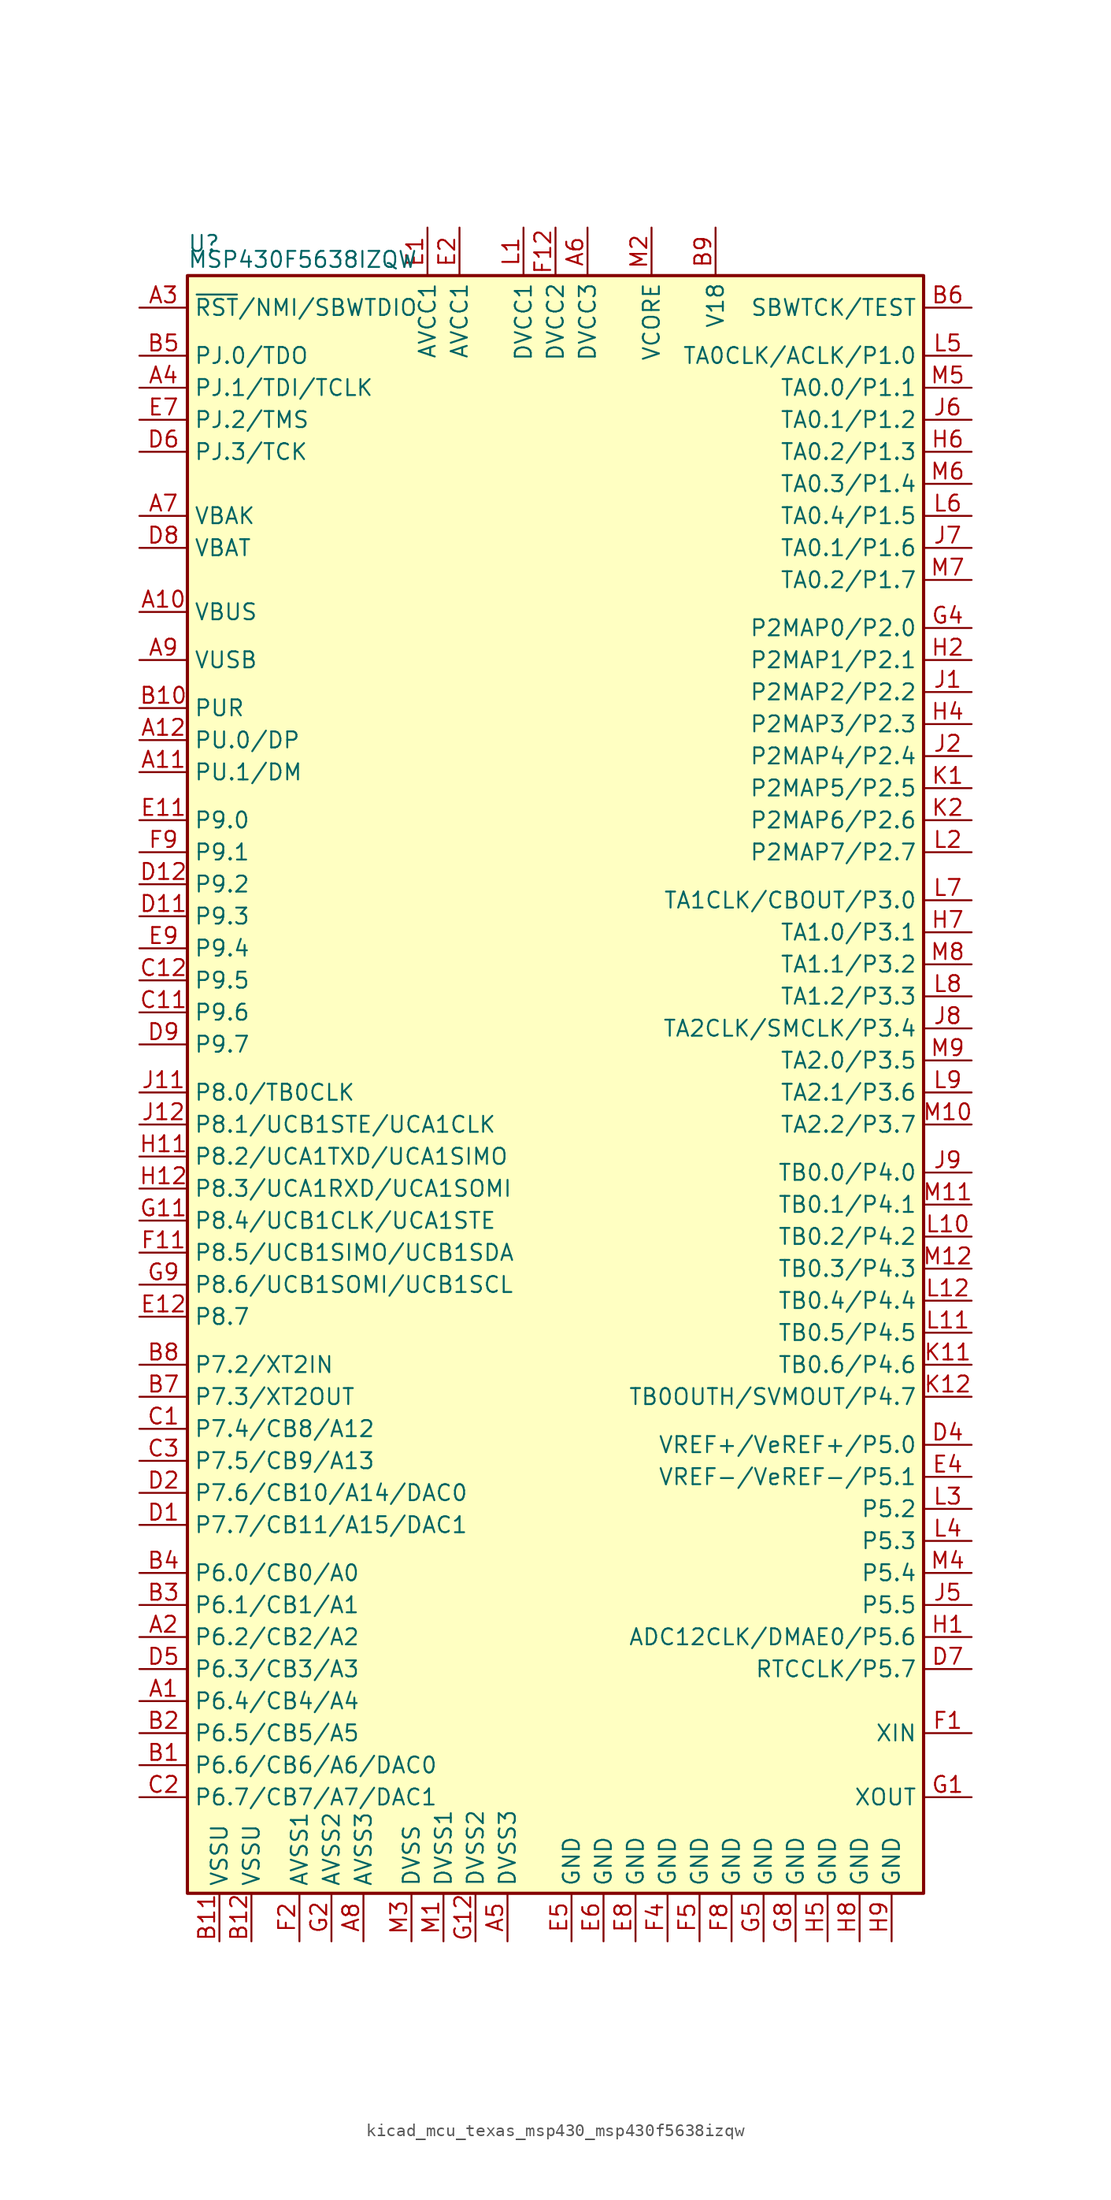
<source format=kicad_sym>
(kicad_symbol_lib
  (version 20220914)
  (generator kicad_symbol_editor)
  (symbol "kicad_mcu_texas_msp430_msp430f5638izqw"
    (property "Reference" "U"
      (at -29.21 66.04 0)
      (effects (font (size 1.27 1.27)) (justify left)))
    (property "Value" "MSP430F5638IZQW"
      (at -29.21 64.77 0)
      (effects (font (size 1.27 1.27)) (justify left)))
    (symbol "kicad_mcu_texas_msp430_msp430f5638izqw_0_1"
      (rectangle (start -29.21 63.5) (end 29.21 -64.77) (stroke (width 0.254) (type default)) (fill (type background))))
    (symbol "kicad_mcu_texas_msp430_msp430f5638izqw_1_1"
      (pin bidirectional line (at -33.02 -49.53 0) (length 3.81) (name "P6.4/CB4/A4" (effects (font (size 1.27 1.27)))) (number "A1" (effects (font (size 1.27 1.27)))))
      (pin bidirectional line (at -33.02 36.83 0) (length 3.81) (name "VBUS" (effects (font (size 1.27 1.27)))) (number "A10" (effects (font (size 1.27 1.27)))))
      (pin bidirectional line (at -33.02 24.13 0) (length 3.81) (name "PU.1/DM" (effects (font (size 1.27 1.27)))) (number "A11" (effects (font (size 1.27 1.27)))))
      (pin bidirectional line (at -33.02 26.67 0) (length 3.81) (name "PU.0/DP" (effects (font (size 1.27 1.27)))) (number "A12" (effects (font (size 1.27 1.27)))))
      (pin bidirectional line (at -33.02 -44.45 0) (length 3.81) (name "P6.2/CB2/A2" (effects (font (size 1.27 1.27)))) (number "A2" (effects (font (size 1.27 1.27)))))
      (pin input line (at -33.02 60.96 0) (length 3.81) (name "~{RST}/NMI/SBWTDIO" (effects (font (size 1.27 1.27)))) (number "A3" (effects (font (size 1.27 1.27)))))
      (pin bidirectional line (at -33.02 54.61 0) (length 3.81) (name "PJ.1/TDI/TCLK" (effects (font (size 1.27 1.27)))) (number "A4" (effects (font (size 1.27 1.27)))))
      (pin power_in line (at -3.81 -68.58 90) (length 3.81) (name "DVSS3" (effects (font (size 1.27 1.27)))) (number "A5" (effects (font (size 1.27 1.27)))))
      (pin power_in line (at 2.54 67.31 270) (length 3.81) (name "DVCC3" (effects (font (size 1.27 1.27)))) (number "A6" (effects (font (size 1.27 1.27)))))
      (pin bidirectional line (at -33.02 44.45 0) (length 3.81) (name "VBAK" (effects (font (size 1.27 1.27)))) (number "A7" (effects (font (size 1.27 1.27)))))
      (pin power_in line (at -15.24 -68.58 90) (length 3.81) (name "AVSS3" (effects (font (size 1.27 1.27)))) (number "A8" (effects (font (size 1.27 1.27)))))
      (pin bidirectional line (at -33.02 33.02 0) (length 3.81) (name "VUSB" (effects (font (size 1.27 1.27)))) (number "A9" (effects (font (size 1.27 1.27)))))
      (pin bidirectional line (at -33.02 -54.61 0) (length 3.81) (name "P6.6/CB6/A6/DAC0" (effects (font (size 1.27 1.27)))) (number "B1" (effects (font (size 1.27 1.27)))))
      (pin bidirectional line (at -33.02 29.21 0) (length 3.81) (name "PUR" (effects (font (size 1.27 1.27)))) (number "B10" (effects (font (size 1.27 1.27)))))
      (pin power_in line (at -26.67 -68.58 90) (length 3.81) (name "VSSU" (effects (font (size 1.27 1.27)))) (number "B11" (effects (font (size 1.27 1.27)))))
      (pin power_in line (at -24.13 -68.58 90) (length 3.81) (name "VSSU" (effects (font (size 1.27 1.27)))) (number "B12" (effects (font (size 1.27 1.27)))))
      (pin bidirectional line (at -33.02 -52.07 0) (length 3.81) (name "P6.5/CB5/A5" (effects (font (size 1.27 1.27)))) (number "B2" (effects (font (size 1.27 1.27)))))
      (pin bidirectional line (at -33.02 -41.91 0) (length 3.81) (name "P6.1/CB1/A1" (effects (font (size 1.27 1.27)))) (number "B3" (effects (font (size 1.27 1.27)))))
      (pin bidirectional line (at -33.02 -39.37 0) (length 3.81) (name "P6.0/CB0/A0" (effects (font (size 1.27 1.27)))) (number "B4" (effects (font (size 1.27 1.27)))))
      (pin bidirectional line (at -33.02 57.15 0) (length 3.81) (name "PJ.0/TDO" (effects (font (size 1.27 1.27)))) (number "B5" (effects (font (size 1.27 1.27)))))
      (pin input line (at 33.02 60.96 180) (length 3.81) (name "SBWTCK/TEST" (effects (font (size 1.27 1.27)))) (number "B6" (effects (font (size 1.27 1.27)))))
      (pin bidirectional line (at -33.02 -25.4 0) (length 3.81) (name "P7.3/XT2OUT" (effects (font (size 1.27 1.27)))) (number "B7" (effects (font (size 1.27 1.27)))))
      (pin bidirectional line (at -33.02 -22.86 0) (length 3.81) (name "P7.2/XT2IN" (effects (font (size 1.27 1.27)))) (number "B8" (effects (font (size 1.27 1.27)))))
      (pin passive line (at 12.7 67.31 270) (length 3.81) (name "V18" (effects (font (size 1.27 1.27)))) (number "B9" (effects (font (size 1.27 1.27)))))
      (pin bidirectional line (at -33.02 -27.94 0) (length 3.81) (name "P7.4/CB8/A12" (effects (font (size 1.27 1.27)))) (number "C1" (effects (font (size 1.27 1.27)))))
      (pin bidirectional line (at -33.02 5.08 0) (length 3.81) (name "P9.6" (effects (font (size 1.27 1.27)))) (number "C11" (effects (font (size 1.27 1.27)))))
      (pin bidirectional line (at -33.02 7.62 0) (length 3.81) (name "P9.5" (effects (font (size 1.27 1.27)))) (number "C12" (effects (font (size 1.27 1.27)))))
      (pin bidirectional line (at -33.02 -57.15 0) (length 3.81) (name "P6.7/CB7/A7/DAC1" (effects (font (size 1.27 1.27)))) (number "C2" (effects (font (size 1.27 1.27)))))
      (pin bidirectional line (at -33.02 -30.48 0) (length 3.81) (name "P7.5/CB9/A13" (effects (font (size 1.27 1.27)))) (number "C3" (effects (font (size 1.27 1.27)))))
      (pin bidirectional line (at -33.02 -35.56 0) (length 3.81) (name "P7.7/CB11/A15/DAC1" (effects (font (size 1.27 1.27)))) (number "D1" (effects (font (size 1.27 1.27)))))
      (pin bidirectional line (at -33.02 12.7 0) (length 3.81) (name "P9.3" (effects (font (size 1.27 1.27)))) (number "D11" (effects (font (size 1.27 1.27)))))
      (pin bidirectional line (at -33.02 15.24 0) (length 3.81) (name "P9.2" (effects (font (size 1.27 1.27)))) (number "D12" (effects (font (size 1.27 1.27)))))
      (pin bidirectional line (at -33.02 -33.02 0) (length 3.81) (name "P7.6/CB10/A14/DAC0" (effects (font (size 1.27 1.27)))) (number "D2" (effects (font (size 1.27 1.27)))))
      (pin bidirectional line (at 33.02 -29.21 180) (length 3.81) (name "VREF+/VeREF+/P5.0" (effects (font (size 1.27 1.27)))) (number "D4" (effects (font (size 1.27 1.27)))))
      (pin bidirectional line (at -33.02 -46.99 0) (length 3.81) (name "P6.3/CB3/A3" (effects (font (size 1.27 1.27)))) (number "D5" (effects (font (size 1.27 1.27)))))
      (pin bidirectional line (at -33.02 49.53 0) (length 3.81) (name "PJ.3/TCK" (effects (font (size 1.27 1.27)))) (number "D6" (effects (font (size 1.27 1.27)))))
      (pin bidirectional line (at 33.02 -46.99 180) (length 3.81) (name "RTCCLK/P5.7" (effects (font (size 1.27 1.27)))) (number "D7" (effects (font (size 1.27 1.27)))))
      (pin bidirectional line (at -33.02 41.91 0) (length 3.81) (name "VBAT" (effects (font (size 1.27 1.27)))) (number "D8" (effects (font (size 1.27 1.27)))))
      (pin bidirectional line (at -33.02 2.54 0) (length 3.81) (name "P9.7" (effects (font (size 1.27 1.27)))) (number "D9" (effects (font (size 1.27 1.27)))))
      (pin power_in line (at -10.16 67.31 270) (length 3.81) (name "AVCC1" (effects (font (size 1.27 1.27)))) (number "E1" (effects (font (size 1.27 1.27)))))
      (pin bidirectional line (at -33.02 20.32 0) (length 3.81) (name "P9.0" (effects (font (size 1.27 1.27)))) (number "E11" (effects (font (size 1.27 1.27)))))
      (pin bidirectional line (at -33.02 -19.05 0) (length 3.81) (name "P8.7" (effects (font (size 1.27 1.27)))) (number "E12" (effects (font (size 1.27 1.27)))))
      (pin power_in line (at -7.62 67.31 270) (length 3.81) (name "AVCC1" (effects (font (size 1.27 1.27)))) (number "E2" (effects (font (size 1.27 1.27)))))
      (pin bidirectional line (at 33.02 -31.75 180) (length 3.81) (name "VREF-/VeREF-/P5.1" (effects (font (size 1.27 1.27)))) (number "E4" (effects (font (size 1.27 1.27)))))
      (pin power_in line (at 1.27 -68.58 90) (length 3.81) (name "GND" (effects (font (size 1.27 1.27)))) (number "E5" (effects (font (size 1.27 1.27)))))
      (pin power_in line (at 3.81 -68.58 90) (length 3.81) (name "GND" (effects (font (size 1.27 1.27)))) (number "E6" (effects (font (size 1.27 1.27)))))
      (pin bidirectional line (at -33.02 52.07 0) (length 3.81) (name "PJ.2/TMS" (effects (font (size 1.27 1.27)))) (number "E7" (effects (font (size 1.27 1.27)))))
      (pin power_in line (at 6.35 -68.58 90) (length 3.81) (name "GND" (effects (font (size 1.27 1.27)))) (number "E8" (effects (font (size 1.27 1.27)))))
      (pin bidirectional line (at -33.02 10.16 0) (length 3.81) (name "P9.4" (effects (font (size 1.27 1.27)))) (number "E9" (effects (font (size 1.27 1.27)))))
      (pin bidirectional line (at 33.02 -52.07 180) (length 3.81) (name "XIN" (effects (font (size 1.27 1.27)))) (number "F1" (effects (font (size 1.27 1.27)))))
      (pin bidirectional line (at -33.02 -13.97 0) (length 3.81) (name "P8.5/UCB1SIMO/UCB1SDA" (effects (font (size 1.27 1.27)))) (number "F11" (effects (font (size 1.27 1.27)))))
      (pin power_in line (at 0 67.31 270) (length 3.81) (name "DVCC2" (effects (font (size 1.27 1.27)))) (number "F12" (effects (font (size 1.27 1.27)))))
      (pin power_in line (at -20.32 -68.58 90) (length 3.81) (name "AVSS1" (effects (font (size 1.27 1.27)))) (number "F2" (effects (font (size 1.27 1.27)))))
      (pin power_in line (at 8.89 -68.58 90) (length 3.81) (name "GND" (effects (font (size 1.27 1.27)))) (number "F4" (effects (font (size 1.27 1.27)))))
      (pin power_in line (at 11.43 -68.58 90) (length 3.81) (name "GND" (effects (font (size 1.27 1.27)))) (number "F5" (effects (font (size 1.27 1.27)))))
      (pin power_in line (at 13.97 -68.58 90) (length 3.81) (name "GND" (effects (font (size 1.27 1.27)))) (number "F8" (effects (font (size 1.27 1.27)))))
      (pin bidirectional line (at -33.02 17.78 0) (length 3.81) (name "P9.1" (effects (font (size 1.27 1.27)))) (number "F9" (effects (font (size 1.27 1.27)))))
      (pin bidirectional line (at 33.02 -57.15 180) (length 3.81) (name "XOUT" (effects (font (size 1.27 1.27)))) (number "G1" (effects (font (size 1.27 1.27)))))
      (pin bidirectional line (at -33.02 -11.43 0) (length 3.81) (name "P8.4/UCB1CLK/UCA1STE" (effects (font (size 1.27 1.27)))) (number "G11" (effects (font (size 1.27 1.27)))))
      (pin power_in line (at -6.35 -68.58 90) (length 3.81) (name "DVSS2" (effects (font (size 1.27 1.27)))) (number "G12" (effects (font (size 1.27 1.27)))))
      (pin power_in line (at -17.78 -68.58 90) (length 3.81) (name "AVSS2" (effects (font (size 1.27 1.27)))) (number "G2" (effects (font (size 1.27 1.27)))))
      (pin bidirectional line (at 33.02 35.56 180) (length 3.81) (name "P2MAP0/P2.0" (effects (font (size 1.27 1.27)))) (number "G4" (effects (font (size 1.27 1.27)))))
      (pin power_in line (at 16.51 -68.58 90) (length 3.81) (name "GND" (effects (font (size 1.27 1.27)))) (number "G5" (effects (font (size 1.27 1.27)))))
      (pin power_in line (at 19.05 -68.58 90) (length 3.81) (name "GND" (effects (font (size 1.27 1.27)))) (number "G8" (effects (font (size 1.27 1.27)))))
      (pin bidirectional line (at -33.02 -16.51 0) (length 3.81) (name "P8.6/UCB1SOMI/UCB1SCL" (effects (font (size 1.27 1.27)))) (number "G9" (effects (font (size 1.27 1.27)))))
      (pin bidirectional line (at 33.02 -44.45 180) (length 3.81) (name "ADC12CLK/DMAE0/P5.6" (effects (font (size 1.27 1.27)))) (number "H1" (effects (font (size 1.27 1.27)))))
      (pin bidirectional line (at -33.02 -6.35 0) (length 3.81) (name "P8.2/UCA1TXD/UCA1SIMO" (effects (font (size 1.27 1.27)))) (number "H11" (effects (font (size 1.27 1.27)))))
      (pin bidirectional line (at -33.02 -8.89 0) (length 3.81) (name "P8.3/UCA1RXD/UCA1SOMI" (effects (font (size 1.27 1.27)))) (number "H12" (effects (font (size 1.27 1.27)))))
      (pin bidirectional line (at 33.02 33.02 180) (length 3.81) (name "P2MAP1/P2.1" (effects (font (size 1.27 1.27)))) (number "H2" (effects (font (size 1.27 1.27)))))
      (pin bidirectional line (at 33.02 27.94 180) (length 3.81) (name "P2MAP3/P2.3" (effects (font (size 1.27 1.27)))) (number "H4" (effects (font (size 1.27 1.27)))))
      (pin power_in line (at 21.59 -68.58 90) (length 3.81) (name "GND" (effects (font (size 1.27 1.27)))) (number "H5" (effects (font (size 1.27 1.27)))))
      (pin bidirectional line (at 33.02 49.53 180) (length 3.81) (name "TA0.2/P1.3" (effects (font (size 1.27 1.27)))) (number "H6" (effects (font (size 1.27 1.27)))))
      (pin bidirectional line (at 33.02 11.43 180) (length 3.81) (name "TA1.0/P3.1" (effects (font (size 1.27 1.27)))) (number "H7" (effects (font (size 1.27 1.27)))))
      (pin power_in line (at 24.13 -68.58 90) (length 3.81) (name "GND" (effects (font (size 1.27 1.27)))) (number "H8" (effects (font (size 1.27 1.27)))))
      (pin power_in line (at 26.67 -68.58 90) (length 3.81) (name "GND" (effects (font (size 1.27 1.27)))) (number "H9" (effects (font (size 1.27 1.27)))))
      (pin bidirectional line (at 33.02 30.48 180) (length 3.81) (name "P2MAP2/P2.2" (effects (font (size 1.27 1.27)))) (number "J1" (effects (font (size 1.27 1.27)))))
      (pin bidirectional line (at -33.02 -1.27 0) (length 3.81) (name "P8.0/TB0CLK" (effects (font (size 1.27 1.27)))) (number "J11" (effects (font (size 1.27 1.27)))))
      (pin bidirectional line (at -33.02 -3.81 0) (length 3.81) (name "P8.1/UCB1STE/UCA1CLK" (effects (font (size 1.27 1.27)))) (number "J12" (effects (font (size 1.27 1.27)))))
      (pin bidirectional line (at 33.02 25.4 180) (length 3.81) (name "P2MAP4/P2.4" (effects (font (size 1.27 1.27)))) (number "J2" (effects (font (size 1.27 1.27)))))
      (pin bidirectional line (at 33.02 -41.91 180) (length 3.81) (name "P5.5" (effects (font (size 1.27 1.27)))) (number "J5" (effects (font (size 1.27 1.27)))))
      (pin bidirectional line (at 33.02 52.07 180) (length 3.81) (name "TA0.1/P1.2" (effects (font (size 1.27 1.27)))) (number "J6" (effects (font (size 1.27 1.27)))))
      (pin bidirectional line (at 33.02 41.91 180) (length 3.81) (name "TA0.1/P1.6" (effects (font (size 1.27 1.27)))) (number "J7" (effects (font (size 1.27 1.27)))))
      (pin bidirectional line (at 33.02 3.81 180) (length 3.81) (name "TA2CLK/SMCLK/P3.4" (effects (font (size 1.27 1.27)))) (number "J8" (effects (font (size 1.27 1.27)))))
      (pin bidirectional line (at 33.02 -7.62 180) (length 3.81) (name "TB0.0/P4.0" (effects (font (size 1.27 1.27)))) (number "J9" (effects (font (size 1.27 1.27)))))
      (pin bidirectional line (at 33.02 22.86 180) (length 3.81) (name "P2MAP5/P2.5" (effects (font (size 1.27 1.27)))) (number "K1" (effects (font (size 1.27 1.27)))))
      (pin bidirectional line (at 33.02 -22.86 180) (length 3.81) (name "TB0.6/P4.6" (effects (font (size 1.27 1.27)))) (number "K11" (effects (font (size 1.27 1.27)))))
      (pin bidirectional line (at 33.02 -25.4 180) (length 3.81) (name "TB0OUTH/SVMOUT/P4.7" (effects (font (size 1.27 1.27)))) (number "K12" (effects (font (size 1.27 1.27)))))
      (pin bidirectional line (at 33.02 20.32 180) (length 3.81) (name "P2MAP6/P2.6" (effects (font (size 1.27 1.27)))) (number "K2" (effects (font (size 1.27 1.27)))))
      (pin power_in line (at -2.54 67.31 270) (length 3.81) (name "DVCC1" (effects (font (size 1.27 1.27)))) (number "L1" (effects (font (size 1.27 1.27)))))
      (pin bidirectional line (at 33.02 -12.7 180) (length 3.81) (name "TB0.2/P4.2" (effects (font (size 1.27 1.27)))) (number "L10" (effects (font (size 1.27 1.27)))))
      (pin bidirectional line (at 33.02 -20.32 180) (length 3.81) (name "TB0.5/P4.5" (effects (font (size 1.27 1.27)))) (number "L11" (effects (font (size 1.27 1.27)))))
      (pin bidirectional line (at 33.02 -17.78 180) (length 3.81) (name "TB0.4/P4.4" (effects (font (size 1.27 1.27)))) (number "L12" (effects (font (size 1.27 1.27)))))
      (pin bidirectional line (at 33.02 17.78 180) (length 3.81) (name "P2MAP7/P2.7" (effects (font (size 1.27 1.27)))) (number "L2" (effects (font (size 1.27 1.27)))))
      (pin bidirectional line (at 33.02 -34.29 180) (length 3.81) (name "P5.2" (effects (font (size 1.27 1.27)))) (number "L3" (effects (font (size 1.27 1.27)))))
      (pin bidirectional line (at 33.02 -36.83 180) (length 3.81) (name "P5.3" (effects (font (size 1.27 1.27)))) (number "L4" (effects (font (size 1.27 1.27)))))
      (pin bidirectional line (at 33.02 57.15 180) (length 3.81) (name "TA0CLK/ACLK/P1.0" (effects (font (size 1.27 1.27)))) (number "L5" (effects (font (size 1.27 1.27)))))
      (pin bidirectional line (at 33.02 44.45 180) (length 3.81) (name "TA0.4/P1.5" (effects (font (size 1.27 1.27)))) (number "L6" (effects (font (size 1.27 1.27)))))
      (pin bidirectional line (at 33.02 13.97 180) (length 3.81) (name "TA1CLK/CBOUT/P3.0" (effects (font (size 1.27 1.27)))) (number "L7" (effects (font (size 1.27 1.27)))))
      (pin bidirectional line (at 33.02 6.35 180) (length 3.81) (name "TA1.2/P3.3" (effects (font (size 1.27 1.27)))) (number "L8" (effects (font (size 1.27 1.27)))))
      (pin bidirectional line (at 33.02 -1.27 180) (length 3.81) (name "TA2.1/P3.6" (effects (font (size 1.27 1.27)))) (number "L9" (effects (font (size 1.27 1.27)))))
      (pin power_in line (at -8.89 -68.58 90) (length 3.81) (name "DVSS1" (effects (font (size 1.27 1.27)))) (number "M1" (effects (font (size 1.27 1.27)))))
      (pin bidirectional line (at 33.02 -3.81 180) (length 3.81) (name "TA2.2/P3.7" (effects (font (size 1.27 1.27)))) (number "M10" (effects (font (size 1.27 1.27)))))
      (pin bidirectional line (at 33.02 -10.16 180) (length 3.81) (name "TB0.1/P4.1" (effects (font (size 1.27 1.27)))) (number "M11" (effects (font (size 1.27 1.27)))))
      (pin bidirectional line (at 33.02 -15.24 180) (length 3.81) (name "TB0.3/P4.3" (effects (font (size 1.27 1.27)))) (number "M12" (effects (font (size 1.27 1.27)))))
      (pin bidirectional line (at 7.62 67.31 270) (length 3.81) (name "VCORE" (effects (font (size 1.27 1.27)))) (number "M2" (effects (font (size 1.27 1.27)))))
      (pin power_in line (at -11.43 -68.58 90) (length 3.81) (name "DVSS" (effects (font (size 1.27 1.27)))) (number "M3" (effects (font (size 1.27 1.27)))))
      (pin bidirectional line (at 33.02 -39.37 180) (length 3.81) (name "P5.4" (effects (font (size 1.27 1.27)))) (number "M4" (effects (font (size 1.27 1.27)))))
      (pin bidirectional line (at 33.02 54.61 180) (length 3.81) (name "TA0.0/P1.1" (effects (font (size 1.27 1.27)))) (number "M5" (effects (font (size 1.27 1.27)))))
      (pin bidirectional line (at 33.02 46.99 180) (length 3.81) (name "TA0.3/P1.4" (effects (font (size 1.27 1.27)))) (number "M6" (effects (font (size 1.27 1.27)))))
      (pin bidirectional line (at 33.02 39.37 180) (length 3.81) (name "TA0.2/P1.7" (effects (font (size 1.27 1.27)))) (number "M7" (effects (font (size 1.27 1.27)))))
      (pin bidirectional line (at 33.02 8.89 180) (length 3.81) (name "TA1.1/P3.2" (effects (font (size 1.27 1.27)))) (number "M8" (effects (font (size 1.27 1.27)))))
      (pin bidirectional line (at 33.02 1.27 180) (length 3.81) (name "TA2.0/P3.5" (effects (font (size 1.27 1.27)))) (number "M9" (effects (font (size 1.27 1.27))))))))
</source>
